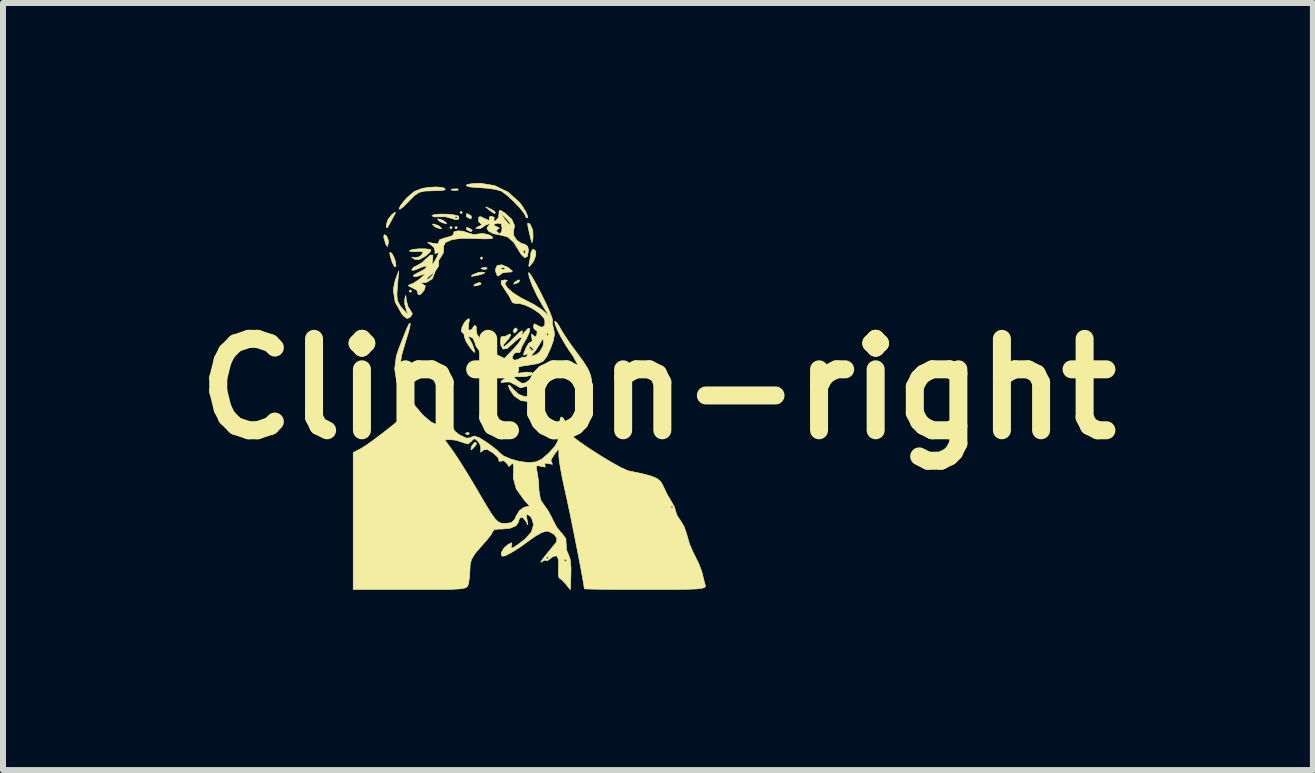
<source format=kicad_pcb>
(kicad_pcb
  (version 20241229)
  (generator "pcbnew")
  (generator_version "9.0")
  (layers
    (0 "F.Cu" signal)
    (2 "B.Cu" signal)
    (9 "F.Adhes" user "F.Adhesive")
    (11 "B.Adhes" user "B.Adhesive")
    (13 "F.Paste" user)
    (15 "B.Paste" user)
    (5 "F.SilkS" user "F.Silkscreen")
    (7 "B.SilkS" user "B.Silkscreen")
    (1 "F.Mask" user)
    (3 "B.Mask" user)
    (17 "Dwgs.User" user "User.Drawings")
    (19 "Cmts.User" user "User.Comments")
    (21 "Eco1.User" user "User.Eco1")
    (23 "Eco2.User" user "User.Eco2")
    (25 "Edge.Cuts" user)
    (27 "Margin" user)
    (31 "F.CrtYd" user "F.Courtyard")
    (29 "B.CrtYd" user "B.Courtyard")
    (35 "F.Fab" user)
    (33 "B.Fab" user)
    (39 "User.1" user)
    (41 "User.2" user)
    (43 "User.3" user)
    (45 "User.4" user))
  (footprint "Clinton-right"
    (layer "F.Cu")
    (at 7.918 3.433)
    (property "Reference" "Clinton-right" (at 0 0 0) (layer "F.SilkS") (effects (font (size 1.524 1.524) (thickness 0.3))))
    (attr through_hole)
    (fp_poly (pts (xy -4.106 -1.63) (xy -4.128 -1.609) (xy -4.149 -1.63) (xy -4.128 -1.651) (xy -4.106 -1.63)) (stroke (width 0.01) (type solid)) (fill yes) (layer "F.SilkS"))
    (fp_poly (pts (xy -3.429 -2.688) (xy -3.45 -2.667) (xy -3.471 -2.688) (xy -3.45 -2.709) (xy -3.429 -2.688)) (stroke (width 0.01) (type solid)) (fill yes) (layer "F.SilkS"))
    (fp_poly (pts (xy -3.344 -2.688) (xy -3.365 -2.667) (xy -3.387 -2.688) (xy -3.365 -2.709) (xy -3.344 -2.688)) (stroke (width 0.01) (type solid)) (fill yes) (layer "F.SilkS"))
    (fp_poly (pts (xy -3.26 -2.942) (xy -3.281 -2.921) (xy -3.302 -2.942) (xy -3.281 -2.963) (xy -3.26 -2.942)) (stroke (width 0.01) (type solid)) (fill yes) (layer "F.SilkS"))
    (fp_poly (pts (xy -2.921 -2.18) (xy -2.942 -2.159) (xy -2.963 -2.18) (xy -2.942 -2.201) (xy -2.921 -2.18)) (stroke (width 0.01) (type solid)) (fill yes) (layer "F.SilkS"))
    (fp_poly (pts (xy -3.334 -3.33) (xy -3.328 -3.315) (xy -3.387 -3.309) (xy -3.447 -3.315) (xy -3.44 -3.33) (xy -3.353 -3.336) (xy -3.334 -3.33)) (stroke (width 0.01) (type solid)) (fill yes) (layer "F.SilkS"))
    (fp_poly (pts (xy -3.147 0.734) (xy -3.153 0.759) (xy -3.175 0.762) (xy -3.21 0.747) (xy -3.203 0.734) (xy -3.153 0.729) (xy -3.147 0.734)) (stroke (width 0.01) (type solid)) (fill yes) (layer "F.SilkS"))
    (fp_poly (pts (xy -2.848 -2.015) (xy -2.86 -1.996) (xy -2.903 -1.993) (xy -2.949 -2.003) (xy -2.929 -2.019) (xy -2.863 -2.024) (xy -2.848 -2.015)) (stroke (width 0.01) (type solid)) (fill yes) (layer "F.SilkS"))
    (fp_poly (pts (xy -3.156 -2.683) (xy -3.096 -2.649) (xy -3.106 -2.627) (xy -3.13 -2.625) (xy -3.188 -2.655) (xy -3.196 -2.667) (xy -3.189 -2.691) (xy -3.156 -2.683)) (stroke (width 0.01) (type solid)) (fill yes) (layer "F.SilkS"))
    (fp_poly (pts (xy -2.958 -1.769) (xy -2.948 -1.747) (xy -3.002 -1.724) (xy -3.068 -1.715) (xy -3.06 -1.741) (xy -3.058 -1.743) (xy -2.985 -1.773) (xy -2.958 -1.769)) (stroke (width 0.01) (type solid)) (fill yes) (layer "F.SilkS"))
    (fp_poly (pts (xy -2.306 -1.812) (xy -2.319 -1.781) (xy -2.358 -1.76) (xy -2.408 -1.747) (xy -2.387 -1.778) (xy -2.382 -1.783) (xy -2.326 -1.817) (xy -2.306 -1.812)) (stroke (width 0.01) (type solid)) (fill yes) (layer "F.SilkS"))
    (fp_poly (pts (xy -4.526 -2.553) (xy -4.494 -2.476) (xy -4.495 -2.428) (xy -4.51 -2.373) (xy -4.529 -2.397) (xy -4.542 -2.427) (xy -4.571 -2.526) (xy -4.565 -2.572) (xy -4.526 -2.553)) (stroke (width 0.01) (type solid)) (fill yes) (layer "F.SilkS"))
    (fp_poly (pts (xy -3.677 -2.729) (xy -3.641 -2.709) (xy -3.607 -2.676) (xy -3.619 -2.668) (xy -3.689 -2.689) (xy -3.725 -2.709) (xy -3.759 -2.743) (xy -3.747 -2.75) (xy -3.677 -2.729)) (stroke (width 0.01) (type solid)) (fill yes) (layer "F.SilkS"))
    (fp_poly (pts (xy -3.592 -2.814) (xy -3.556 -2.794) (xy -3.522 -2.76) (xy -3.535 -2.753) (xy -3.604 -2.774) (xy -3.641 -2.794) (xy -3.675 -2.828) (xy -3.662 -2.835) (xy -3.592 -2.814)) (stroke (width 0.01) (type solid)) (fill yes) (layer "F.SilkS"))
    (fp_poly (pts (xy -3.12 -2.89) (xy -3.111 -2.879) (xy -3.113 -2.84) (xy -3.128 -2.836) (xy -3.188 -2.867) (xy -3.196 -2.879) (xy -3.194 -2.918) (xy -3.18 -2.921) (xy -3.12 -2.89)) (stroke (width 0.01) (type solid)) (fill yes) (layer "F.SilkS"))
    (fp_poly (pts (xy -3.024 0.914) (xy -3.048 0.953) (xy -3.098 1.005) (xy -3.115 1.016) (xy -3.116 0.984) (xy -3.106 0.953) (xy -3.061 0.896) (xy -3.038 0.889) (xy -3.024 0.914)) (stroke (width 0.01) (type solid)) (fill yes) (layer "F.SilkS"))
    (fp_poly (pts (xy -2.857 -3.031) (xy -2.805 -3.007) (xy -2.732 -2.965) (xy -2.709 -2.941) (xy -2.723 -2.923) (xy -2.773 -2.953) (xy -2.818 -2.987) (xy -2.872 -3.032) (xy -2.857 -3.031)) (stroke (width 0.01) (type solid)) (fill yes) (layer "F.SilkS"))
    (fp_poly (pts (xy -2.343 -0.99) (xy -2.349 -0.974) (xy -2.388 -0.933) (xy -2.394 -0.931) (xy -2.413 -0.964) (xy -2.413 -0.974) (xy -2.38 -1.014) (xy -2.368 -1.016) (xy -2.343 -0.99)) (stroke (width 0.01) (type solid)) (fill yes) (layer "F.SilkS"))
    (fp_poly (pts (xy -2.885 -1.941) (xy -2.904 -1.922) (xy -2.999 -1.895) (xy -3.027 -1.889) (xy -3.105 -1.876) (xy -3.107 -1.89) (xy -3.09 -1.903) (xy -2.993 -1.941) (xy -2.946 -1.947) (xy -2.885 -1.941)) (stroke (width 0.01) (type solid)) (fill yes) (layer "F.SilkS"))
    (fp_poly (pts (xy -4.375 -2.935) (xy -4.377 -2.931) (xy -4.418 -2.857) (xy -4.468 -2.762) (xy -4.51 -2.69) (xy -4.527 -2.689) (xy -4.529 -2.735) (xy -4.499 -2.827) (xy -4.438 -2.904) (xy -4.383 -2.945) (xy -4.375 -2.935)) (stroke (width 0.01) (type solid)) (fill yes) (layer "F.SilkS"))
    (fp_poly (pts (xy -2.148 -2.758) (xy -2.13 -2.741) (xy -2.087 -2.648) (xy -2.082 -2.535) (xy -2.091 -2.455) (xy -2.101 -2.44) (xy -2.119 -2.497) (xy -2.143 -2.597) (xy -2.169 -2.715) (xy -2.171 -2.764) (xy -2.148 -2.758)) (stroke (width 0.01) (type solid)) (fill yes) (layer "F.SilkS"))
    (fp_poly (pts (xy -4.439 -2.263) (xy -4.403 -2.199) (xy -4.374 -2.117) (xy -4.368 -2.048) (xy -4.368 -2.047) (xy -4.389 -2.034) (xy -4.424 -2.095) (xy -4.434 -2.12) (xy -4.464 -2.217) (xy -4.471 -2.273) (xy -4.469 -2.276) (xy -4.439 -2.263)) (stroke (width 0.01) (type solid)) (fill yes) (layer "F.SilkS"))
    (fp_poly (pts (xy -2.037 -2.296) (xy -2.038 -2.22) (xy -2.074 -2.128) (xy -2.099 -2.093) (xy -2.146 -2.039) (xy -2.154 -2.057) (xy -2.142 -2.117) (xy -2.123 -2.219) (xy -2.117 -2.275) (xy -2.09 -2.325) (xy -2.074 -2.328) (xy -2.037 -2.296)) (stroke (width 0.01) (type solid)) (fill yes) (layer "F.SilkS"))
    (fp_poly (pts (xy -3.589 -3.356) (xy -3.556 -3.344) (xy -3.545 -3.32) (xy -3.608 -3.307) (xy -3.742 -3.303) (xy -3.887 -3.298) (xy -3.982 -3.276) (xy -4.062 -3.221) (xy -4.155 -3.126) (xy -4.242 -3.039) (xy -4.301 -2.995) (xy -4.318 -2.999) (xy -4.291 -3.056) (xy -4.221 -3.146) (xy -4.18 -3.191) (xy -4.062 -3.291) (xy -3.928 -3.343) (xy -3.831 -3.359) (xy -3.696 -3.367) (xy -3.589 -3.356)) (stroke (width 0.01) (type solid)) (fill yes) (layer "F.SilkS"))
    (fp_poly (pts (xy -3.523 -2.913) (xy -3.412 -2.903) (xy -3.336 -2.886) (xy -3.321 -2.875) (xy -3.32 -2.831) (xy -3.373 -2.82) (xy -3.444 -2.844) (xy -3.495 -2.857) (xy -3.387 -2.857) (xy -3.365 -2.836) (xy -3.344 -2.857) (xy -3.365 -2.879) (xy -3.387 -2.857) (xy -3.495 -2.857) (xy -3.543 -2.87) (xy -3.644 -2.869) (xy -3.731 -2.867) (xy -3.768 -2.887) (xy -3.768 -2.887) (xy -3.731 -2.906) (xy -3.639 -2.914) (xy -3.523 -2.913)) (stroke (width 0.01) (type solid)) (fill yes) (layer "F.SilkS"))
    (fp_poly (pts (xy -3.871 -2.335) (xy -3.795 -2.323) (xy -3.784 -2.316) (xy -3.8 -2.281) (xy -3.867 -2.221) (xy -3.884 -2.209) (xy -3.986 -2.153) (xy -4.058 -2.16) (xy -4.066 -2.166) (xy -4.105 -2.197) (xy -4.072 -2.192) (xy -4.064 -2.189) (xy -3.984 -2.2) (xy -3.946 -2.228) (xy -3.915 -2.272) (xy -3.941 -2.291) (xy -4.036 -2.289) (xy -4.064 -2.287) (xy -4.132 -2.29) (xy -4.141 -2.307) (xy -4.083 -2.326) (xy -3.98 -2.336) (xy -3.871 -2.335)) (stroke (width 0.01) (type solid)) (fill yes) (layer "F.SilkS"))
    (fp_poly (pts (xy -2.5 -2.025) (xy -2.479 -2.009) (xy -2.426 -1.964) (xy -2.444 -1.949) (xy -2.507 -1.947) (xy -2.595 -1.932) (xy -2.633 -1.902) (xy -2.667 -1.88) (xy -2.678 -1.888) (xy -2.705 -1.953) (xy -2.709 -1.997) (xy -2.699 -2.018) (xy -2.611 -2.018) (xy -2.605 -1.993) (xy -2.582 -1.99) (xy -2.547 -2.005) (xy -2.554 -2.018) (xy -2.604 -2.023) (xy -2.611 -2.018) (xy -2.699 -2.018) (xy -2.679 -2.059) (xy -2.603 -2.069) (xy -2.5 -2.025)) (stroke (width 0.01) (type solid)) (fill yes) (layer "F.SilkS"))
    (fp_poly (pts (xy -2.722 -3.389) (xy -2.497 -3.279) (xy -2.309 -3.11) (xy -2.268 -3.056) (xy -2.202 -2.951) (xy -2.171 -2.874) (xy -2.173 -2.851) (xy -2.199 -2.854) (xy -2.201 -2.868) (xy -2.231 -2.927) (xy -2.305 -3.02) (xy -2.404 -3.125) (xy -2.509 -3.222) (xy -2.598 -3.289) (xy -2.613 -3.298) (xy -2.705 -3.325) (xy -2.847 -3.345) (xy -2.982 -3.355) (xy -3.13 -3.366) (xy -3.196 -3.386) (xy -3.183 -3.407) (xy -3.092 -3.423) (xy -2.959 -3.428) (xy -2.722 -3.389)) (stroke (width 0.01) (type solid)) (fill yes) (layer "F.SilkS"))
    (fp_poly (pts (xy -4.343 -1.714) (xy -4.352 -1.566) (xy -4.341 -1.47) (xy -4.303 -1.394) (xy -4.255 -1.333) (xy -4.19 -1.263) (xy -4.172 -1.257) (xy -4.191 -1.304) (xy -4.222 -1.417) (xy -4.221 -1.494) (xy -4.207 -1.556) (xy -4.2 -1.537) (xy -4.197 -1.485) (xy -4.168 -1.375) (xy -4.131 -1.316) (xy -4.094 -1.254) (xy -4.123 -1.202) (xy -4.129 -1.197) (xy -4.179 -1.173) (xy -4.235 -1.21) (xy -4.273 -1.254) (xy -4.382 -1.451) (xy -4.413 -1.655) (xy -4.38 -1.812) (xy -4.321 -1.968) (xy -4.343 -1.714)) (stroke (width 0.01) (type solid)) (fill yes) (layer "F.SilkS"))
    (fp_poly (pts (xy -2.18 -0.28) (xy -2.101 -0.271) (xy -2.063 -0.234) (xy -2.048 -0.148) (xy -2.045 -0.086) (xy -2.049 0.041) (xy -2.071 0.137) (xy -2.082 0.157) (xy -2.172 0.208) (xy -2.284 0.195) (xy -2.391 0.122) (xy -2.41 0.1) (xy -2.47 0.01) (xy -2.496 -0.056) (xy -2.496 -0.059) (xy -2.474 -0.061) (xy -2.422 -0.007) (xy -2.408 0.011) (xy -2.32 0.091) (xy -2.224 0.127) (xy -2.142 0.12) (xy -2.093 0.071) (xy -2.1 -0.017) (xy -2.136 -0.06) (xy -2.206 -0.04) (xy -2.209 -0.038) (xy -2.293 -0.018) (xy -2.373 -0.065) (xy -2.471 -0.115) (xy -2.539 -0.115) (xy -2.612 -0.105) (xy -2.617 -0.126) (xy -2.562 -0.168) (xy -2.521 -0.189) (xy -2.4 -0.189) (xy -2.352 -0.148) (xy -2.274 -0.096) (xy -2.216 -0.098) (xy -2.148 -0.144) (xy -2.091 -0.199) (xy -2.076 -0.238) (xy -2.106 -0.238) (xy -2.126 -0.227) (xy -2.203 -0.206) (xy -2.306 -0.203) (xy -2.391 -0.205) (xy -2.4 -0.189) (xy -2.521 -0.189) (xy -2.465 -0.217) (xy -2.328 -0.261) (xy -2.197 -0.28) (xy -2.18 -0.28)) (stroke (width 0.01) (type solid)) (fill yes) (layer "F.SilkS"))
    (fp_poly (pts (xy -2.554 -2.933) (xy -2.439 -2.83) (xy -2.39 -2.722) (xy -2.406 -2.64) (xy -2.408 -2.562) (xy -2.355 -2.48) (xy -2.273 -2.423) (xy -2.223 -2.413) (xy -2.171 -2.376) (xy -2.159 -2.31) (xy -2.176 -2.209) (xy -2.22 -2.186) (xy -2.28 -2.241) (xy -2.307 -2.286) (xy -2.244 -2.286) (xy -2.228 -2.251) (xy -2.215 -2.258) (xy -2.21 -2.308) (xy -2.215 -2.314) (xy -2.241 -2.308) (xy -2.244 -2.286) (xy -2.307 -2.286) (xy -2.311 -2.293) (xy -2.409 -2.45) (xy -2.511 -2.536) (xy -2.632 -2.566) (xy -2.744 -2.588) (xy -2.824 -2.63) (xy -2.853 -2.68) (xy -2.828 -2.716) (xy -2.803 -2.74) (xy -2.744 -2.74) (xy -2.724 -2.72) (xy -2.686 -2.705) (xy -2.643 -2.679) (xy -2.659 -2.67) (xy -2.694 -2.644) (xy -2.688 -2.625) (xy -2.64 -2.583) (xy -2.607 -2.618) (xy -2.599 -2.682) (xy -2.614 -2.754) (xy -2.671 -2.763) (xy -2.684 -2.76) (xy -2.744 -2.74) (xy -2.803 -2.74) (xy -2.798 -2.745) (xy -2.823 -2.751) (xy -2.891 -2.721) (xy -2.9 -2.709) (xy -2.96 -2.674) (xy -2.998 -2.67) (xy -3.039 -2.678) (xy -3.004 -2.701) (xy -2.985 -2.709) (xy -2.936 -2.738) (xy -2.946 -2.749) (xy -2.986 -2.786) (xy -2.992 -2.815) (xy -2.985 -2.867) (xy -2.949 -2.87) (xy -2.871 -2.832) (xy -2.811 -2.807) (xy -2.812 -2.831) (xy -2.813 -2.832) (xy -2.806 -2.872) (xy -2.773 -2.879) (xy -2.728 -2.857) (xy -2.734 -2.831) (xy -2.734 -2.799) (xy -2.705 -2.803) (xy -2.659 -2.856) (xy -2.651 -2.911) (xy -2.649 -2.942) (xy -2.637 -2.942) (xy -2.557 -2.83) (xy -2.497 -2.759) (xy -2.459 -2.735) (xy -2.458 -2.736) (xy -2.472 -2.774) (xy -2.531 -2.841) (xy -2.538 -2.848) (xy -2.637 -2.942) (xy -2.649 -2.942) (xy -2.648 -2.97) (xy -2.617 -2.972) (xy -2.554 -2.933)) (stroke (width 0.01) (type solid)) (fill yes) (layer "F.SilkS"))
    (fp_poly (pts (xy -3.249 -2.629) (xy -3.172 -2.602) (xy -3.07 -2.572) (xy -3.006 -2.581) (xy -2.931 -2.592) (xy -2.839 -2.576) (xy -2.768 -2.542) (xy -2.752 -2.515) (xy -2.79 -2.504) (xy -2.892 -2.501) (xy -3.037 -2.507) (xy -3.059 -2.508) (xy -3.273 -2.511) (xy -3.437 -2.488) (xy -3.542 -2.441) (xy -3.576 -2.374) (xy -3.571 -2.348) (xy -3.577 -2.269) (xy -3.614 -2.207) (xy -3.657 -2.139) (xy -3.656 -2.104) (xy -3.655 -2.053) (xy -3.673 -2.022) (xy -3.713 -1.964) (xy -3.719 -1.947) (xy -3.76 -1.837) (xy -3.856 -1.777) (xy -3.889 -1.773) (xy -3.951 -1.765) (xy -3.932 -1.75) (xy -3.927 -1.749) (xy -3.877 -1.718) (xy -3.893 -1.654) (xy -3.896 -1.648) (xy -3.949 -1.582) (xy -3.983 -1.566) (xy -4.008 -1.592) (xy -4.003 -1.605) (xy -4.02 -1.645) (xy -4.095 -1.686) (xy -4.095 -1.686) (xy -4.158 -1.716) (xy -4.153 -1.732) (xy -4.149 -1.733) (xy -4.077 -1.761) (xy -3.98 -1.826) (xy -3.968 -1.836) (xy -3.852 -1.836) (xy -3.832 -1.824) (xy -3.775 -1.878) (xy -3.762 -1.894) (xy -3.726 -1.945) (xy -3.748 -1.934) (xy -3.778 -1.91) (xy -3.837 -1.858) (xy -3.852 -1.836) (xy -3.968 -1.836) (xy -3.958 -1.844) (xy -3.888 -1.907) (xy -3.884 -1.923) (xy -3.929 -1.904) (xy -4.021 -1.874) (xy -4.074 -1.873) (xy -4.072 -1.897) (xy -4.007 -1.935) (xy -3.987 -1.944) (xy -3.896 -1.992) (xy -3.853 -2.034) (xy -3.852 -2.038) (xy -3.885 -2.047) (xy -3.964 -2.019) (xy -3.979 -2.011) (xy -4.064 -1.978) (xy -4.105 -1.981) (xy -4.106 -1.986) (xy -4.072 -2.03) (xy -4.027 -2.051) (xy -3.938 -2.102) (xy -3.873 -2.16) (xy -3.794 -2.231) (xy -3.753 -2.231) (xy -3.754 -2.159) (xy -3.757 -2.148) (xy -3.767 -2.081) (xy -3.745 -2.091) (xy -3.694 -2.178) (xy -3.685 -2.196) (xy -3.654 -2.264) (xy -3.669 -2.272) (xy -3.684 -2.264) (xy -3.72 -2.259) (xy -3.716 -2.291) (xy -3.732 -2.355) (xy -3.784 -2.403) (xy -3.839 -2.438) (xy -3.823 -2.443) (xy -3.751 -2.428) (xy -3.666 -2.418) (xy -3.655 -2.445) (xy -3.657 -2.447) (xy -3.641 -2.486) (xy -3.552 -2.518) (xy -3.536 -2.521) (xy -3.444 -2.547) (xy -3.406 -2.576) (xy -3.408 -2.582) (xy -3.4 -2.619) (xy -3.338 -2.635) (xy -3.249 -2.629)) (stroke (width 0.01) (type solid)) (fill yes) (layer "F.SilkS"))
    (fp_poly (pts (xy -2.142 -1.93) (xy -2.094 -1.858) (xy -2.024 -1.734) (xy -1.948 -1.589) (xy -1.865 -1.419) (xy -1.801 -1.276) (xy -1.764 -1.178) (xy -1.758 -1.141) (xy -1.76 -1.081) (xy -1.739 -1.003) (xy -1.724 -0.913) (xy -1.747 -0.796) (xy -1.793 -0.671) (xy -1.854 -0.538) (xy -1.913 -0.462) (xy -1.999 -0.423) (xy -2.138 -0.399) (xy -2.154 -0.397) (xy -2.259 -0.381) (xy -2.321 -0.366) (xy -2.324 -0.364) (xy -2.384 -0.36) (xy -2.392 -0.362) (xy -2.459 -0.376) (xy -2.57 -0.397) (xy -2.594 -0.401) (xy -2.723 -0.445) (xy -2.855 -0.524) (xy -2.968 -0.621) (xy -3.037 -0.717) (xy -3.048 -0.762) (xy -3.082 -0.84) (xy -3.117 -0.864) (xy -3.163 -0.873) (xy -3.144 -0.837) (xy -3.098 -0.755) (xy -3.069 -0.677) (xy -3.052 -0.614) (xy -3.065 -0.61) (xy -3.116 -0.67) (xy -3.138 -0.697) (xy -3.2 -0.793) (xy -3.227 -0.867) (xy -3.226 -0.877) (xy -3.238 -0.927) (xy -3.254 -0.931) (xy -3.278 -0.961) (xy -3.266 -1.031) (xy -3.225 -1.109) (xy -3.189 -1.149) (xy -3.148 -1.173) (xy -3.145 -1.137) (xy -3.156 -1.087) (xy -3.163 -0.998) (xy -3.137 -0.974) (xy -3.093 -1.003) (xy -3.09 -1.016) (xy -3.059 -1.057) (xy -3.049 -1.058) (xy -3.024 -1.028) (xy -3.03 -1.003) (xy -3.021 -0.923) (xy -2.961 -0.816) (xy -2.868 -0.705) (xy -2.759 -0.612) (xy -2.708 -0.582) (xy -2.561 -0.508) (xy -2.407 -0.667) (xy -2.324 -0.762) (xy -2.277 -0.834) (xy -2.273 -0.858) (xy -2.31 -0.851) (xy -2.381 -0.794) (xy -2.415 -0.76) (xy -2.516 -0.673) (xy -2.585 -0.664) (xy -2.62 -0.731) (xy -2.625 -0.793) (xy -2.616 -0.864) (xy -2.597 -0.875) (xy -2.546 -0.874) (xy -2.512 -0.895) (xy -2.464 -0.917) (xy -2.455 -0.899) (xy -2.485 -0.84) (xy -2.519 -0.804) (xy -2.572 -0.739) (xy -2.582 -0.706) (xy -2.557 -0.709) (xy -2.49 -0.764) (xy -2.405 -0.849) (xy -2.315 -0.937) (xy -2.264 -0.972) (xy -2.257 -0.953) (xy -2.275 -0.894) (xy -2.259 -0.904) (xy -2.223 -0.949) (xy -2.163 -1.01) (xy -2.136 -1.005) (xy -2.143 -0.948) (xy -2.186 -0.852) (xy -2.207 -0.817) (xy -2.265 -0.713) (xy -2.294 -0.637) (xy -2.295 -0.621) (xy -2.31 -0.604) (xy -2.322 -0.61) (xy -2.378 -0.603) (xy -2.41 -0.575) (xy -2.432 -0.512) (xy -2.396 -0.478) (xy -2.329 -0.492) (xy -2.312 -0.504) (xy -2.253 -0.532) (xy -2.233 -0.526) (xy -2.195 -0.533) (xy -2.178 -0.554) (xy -2.178 -0.555) (xy -2.113 -0.555) (xy -2.088 -0.551) (xy -2.02 -0.578) (xy -1.972 -0.617) (xy -1.917 -0.712) (xy -1.907 -0.776) (xy -1.913 -0.828) (xy -1.934 -0.814) (xy -1.976 -0.741) (xy -2.036 -0.645) (xy -2.089 -0.584) (xy -2.091 -0.583) (xy -2.113 -0.555) (xy -2.178 -0.555) (xy -2.17 -0.586) (xy -2.195 -0.576) (xy -2.236 -0.56) (xy -2.236 -0.597) (xy -2.195 -0.695) (xy -2.187 -0.708) (xy -2.152 -0.708) (xy -2.142 -0.684) (xy -2.099 -0.638) (xy -2.075 -0.648) (xy -2.074 -0.654) (xy -2.104 -0.689) (xy -2.123 -0.703) (xy -2.152 -0.708) (xy -2.187 -0.708) (xy -2.15 -0.766) (xy -2.114 -0.782) (xy -2.097 -0.8) (xy -2.103 -0.857) (xy -2.11 -0.917) (xy -2.087 -0.9) (xy -2.084 -0.896) (xy -2.046 -0.864) (xy -2.018 -0.907) (xy -2.018 -0.91) (xy -1.863 -0.91) (xy -1.841 -0.889) (xy -1.82 -0.91) (xy -1.841 -0.931) (xy -1.863 -0.91) (xy -2.018 -0.91) (xy -2.015 -0.963) (xy -2.033 -0.974) (xy -2.069 -1.008) (xy -2.074 -1.042) (xy -2.064 -1.087) (xy -2.019 -1.065) (xy -2.009 -1.057) (xy -1.934 -1.026) (xy -1.887 -1.06) (xy -1.885 -1.138) (xy -1.902 -1.181) (xy -1.971 -1.257) (xy -2.081 -1.333) (xy -2.204 -1.394) (xy -2.311 -1.425) (xy -2.355 -1.422) (xy -2.419 -1.435) (xy -2.443 -1.472) (xy -2.488 -1.559) (xy -2.547 -1.646) (xy -2.613 -1.749) (xy -2.613 -1.804) (xy -2.551 -1.817) (xy -2.509 -1.807) (xy -2.533 -1.791) (xy -2.552 -1.752) (xy -2.511 -1.686) (xy -2.422 -1.606) (xy -2.299 -1.526) (xy -2.203 -1.477) (xy -2.065 -1.406) (xy -1.944 -1.327) (xy -1.91 -1.3) (xy -1.809 -1.206) (xy -1.918 -1.381) (xy -2.015 -1.553) (xy -2.094 -1.721) (xy -2.146 -1.862) (xy -2.159 -1.938) (xy -2.142 -1.93)) (stroke (width 0.01) (type solid)) (fill yes) (layer "F.SilkS"))
    (fp_poly (pts (xy -1.69 -1.11) (xy -1.641 -1.036) (xy -1.627 -1.009) (xy -1.562 -0.901) (xy -1.467 -0.759) (xy -1.376 -0.635) (xy -1.25 -0.465) (xy -1.169 -0.338) (xy -1.124 -0.233) (xy -1.104 -0.127) (xy -1.101 -0.022) (xy -1.125 0.171) (xy -1.191 0.347) (xy -1.286 0.476) (xy -1.308 0.494) (xy -1.431 0.585) (xy -1.498 0.641) (xy -1.519 0.678) (xy -1.505 0.712) (xy -1.482 0.74) (xy -1.409 0.806) (xy -1.282 0.9) (xy -1.121 1.009) (xy -0.945 1.121) (xy -0.772 1.225) (xy -0.622 1.308) (xy -0.514 1.358) (xy -0.485 1.367) (xy -0.266 1.412) (xy -0.115 1.452) (xy -0.016 1.493) (xy 0.044 1.543) (xy 0.083 1.609) (xy 0.088 1.622) (xy 0.152 1.756) (xy 0.219 1.869) (xy 0.274 1.967) (xy 0.296 2.043) (xy 0.322 2.118) (xy 0.377 2.196) (xy 0.439 2.302) (xy 0.483 2.434) (xy 0.486 2.446) (xy 0.526 2.586) (xy 0.592 2.737) (xy 0.611 2.773) (xy 0.678 2.908) (xy 0.728 3.038) (xy 0.737 3.069) (xy 0.765 3.186) (xy 0.788 3.27) (xy 0.79 3.293) (xy 0.774 3.311) (xy 0.73 3.324) (xy 0.649 3.334) (xy 0.521 3.339) (xy 0.337 3.343) (xy 0.086 3.344) (xy -0.209 3.344) (xy -0.492 3.344) (xy -0.746 3.342) (xy -0.957 3.34) (xy -1.115 3.337) (xy -1.208 3.334) (xy -1.228 3.332) (xy -1.236 3.271) (xy -1.258 3.143) (xy -1.291 2.964) (xy -1.332 2.751) (xy -1.378 2.518) (xy -1.425 2.283) (xy -1.47 2.061) (xy -1.49 1.968) (xy 0.212 1.968) (xy 0.233 1.99) (xy 0.254 1.968) (xy 0.233 1.947) (xy 0.212 1.968) (xy -1.49 1.968) (xy -1.511 1.868) (xy -1.544 1.72) (xy -1.544 1.72) (xy -1.588 1.519) (xy -1.623 1.336) (xy -1.646 1.193) (xy -1.652 1.127) (xy -1.653 0.995) (xy -1.734 1.1) (xy -1.784 1.185) (xy -1.772 1.235) (xy -1.764 1.24) (xy -1.759 1.257) (xy -1.815 1.247) (xy -1.884 1.236) (xy -1.886 1.266) (xy -1.884 1.27) (xy -1.88 1.303) (xy -1.943 1.293) (xy -1.948 1.291) (xy -2.011 1.277) (xy -2.029 1.305) (xy -2.013 1.394) (xy -2.011 1.403) (xy -1.989 1.552) (xy -1.984 1.69) (xy -1.957 1.847) (xy -1.908 1.923) (xy -1.837 2.021) (xy -1.767 2.15) (xy -1.754 2.18) (xy -1.691 2.3) (xy -1.619 2.391) (xy -1.601 2.406) (xy -1.535 2.499) (xy -1.531 2.581) (xy -1.523 2.691) (xy -1.492 2.76) (xy -1.463 2.841) (xy -1.45 2.982) (xy -1.451 3.085) (xy -1.46 3.348) (xy -1.539 3.251) (xy -1.604 3.182) (xy -1.645 3.154) (xy -1.659 3.117) (xy -1.66 3.025) (xy -1.658 2.997) (xy -1.657 2.857) (xy -1.566 2.857) (xy -1.545 2.879) (xy -1.524 2.857) (xy -1.545 2.836) (xy -1.566 2.857) (xy -1.657 2.857) (xy -1.657 2.85) (xy -1.687 2.782) (xy -1.748 2.792) (xy -1.782 2.819) (xy -1.841 2.862) (xy -1.863 2.859) (xy -1.89 2.855) (xy -1.937 2.884) (xy -1.955 2.888) (xy -1.924 2.839) (xy -1.905 2.815) (xy -1.863 2.815) (xy -1.841 2.836) (xy -1.82 2.815) (xy -1.841 2.794) (xy -1.863 2.815) (xy -1.905 2.815) (xy -1.872 2.773) (xy -1.784 2.665) (xy -1.715 2.58) (xy -1.692 2.553) (xy -1.685 2.488) (xy -1.734 2.422) (xy -1.818 2.377) (xy -1.862 2.371) (xy -1.939 2.395) (xy -2.05 2.458) (xy -2.124 2.51) (xy -2.297 2.636) (xy -2.443 2.728) (xy -2.549 2.782) (xy -2.602 2.788) (xy -2.603 2.787) (xy -2.611 2.728) (xy -2.565 2.65) (xy -2.498 2.593) (xy -2.44 2.563) (xy -2.435 2.588) (xy -2.443 2.611) (xy -2.45 2.652) (xy -2.419 2.649) (xy -2.34 2.599) (xy -2.212 2.5) (xy -2.11 2.385) (xy -2.073 2.262) (xy -2.106 2.152) (xy -2.14 2.114) (xy -2.184 2.086) (xy -2.193 2.118) (xy -2.182 2.183) (xy -2.168 2.262) (xy -2.175 2.263) (xy -2.2 2.209) (xy -2.253 2.145) (xy -2.305 2.15) (xy -2.328 2.221) (xy -2.328 2.222) (xy -2.366 2.281) (xy -2.465 2.322) (xy -2.601 2.336) (xy -2.635 2.335) (xy -2.719 2.343) (xy -2.752 2.372) (xy -2.779 2.424) (xy -2.849 2.516) (xy -2.942 2.62) (xy -3.051 2.746) (xy -3.11 2.845) (xy -3.132 2.943) (xy -3.133 2.989) (xy -3.14 3.124) (xy -3.157 3.238) (xy -3.159 3.249) (xy -3.169 3.28) (xy -3.188 3.303) (xy -3.225 3.32) (xy -3.292 3.332) (xy -3.399 3.339) (xy -3.557 3.343) (xy -3.777 3.344) (xy -4.069 3.344) (xy -4.132 3.344) (xy -5.08 3.344) (xy -5.08 1.061) (xy -4.948 0.992) (xy -4.868 0.942) (xy -4.747 0.856) (xy -4.735 0.847) (xy -3.555 0.847) (xy -3.418 1.035) (xy -3.345 1.144) (xy -3.242 1.305) (xy -3.123 1.499) (xy -3.001 1.705) (xy -2.985 1.733) (xy -2.866 1.936) (xy -2.779 2.076) (xy -2.715 2.166) (xy -2.663 2.216) (xy -2.615 2.238) (xy -2.559 2.243) (xy -2.548 2.243) (xy -2.444 2.23) (xy -2.387 2.173) (xy -2.366 2.121) (xy -2.307 2.025) (xy -2.232 1.974) (xy -2.141 1.951) (xy -2.229 1.854) (xy -2.363 1.665) (xy -2.412 1.485) (xy -2.411 1.447) (xy -2.406 1.305) (xy -2.416 1.242) (xy -2.441 1.25) (xy -2.45 1.263) (xy -2.485 1.294) (xy -2.513 1.248) (xy -2.566 1.198) (xy -2.606 1.202) (xy -2.651 1.207) (xy -2.65 1.192) (xy -2.665 1.146) (xy -2.732 1.08) (xy -2.748 1.068) (xy -2.84 1.012) (xy -2.9 1.014) (xy -2.921 1.029) (xy -2.959 1.056) (xy -2.953 1.016) (xy -2.962 0.937) (xy -2.996 0.879) (xy -3.05 0.829) (xy -3.089 0.846) (xy -3.11 0.874) (xy -3.166 0.918) (xy -3.242 0.898) (xy -3.25 0.894) (xy -3.364 0.856) (xy -3.447 0.847) (xy -3.555 0.847) (xy -4.735 0.847) (xy -4.605 0.749) (xy -4.458 0.634) (xy -4.325 0.526) (xy -4.225 0.44) (xy -4.174 0.388) (xy -4.173 0.387) (xy -4.179 0.334) (xy -4.216 0.231) (xy -4.257 0.137) (xy -4.355 -0.113) (xy -4.389 -0.335) (xy -4.361 -0.55) (xy -4.318 -0.677) (xy -4.26 -0.823) (xy -4.209 -0.952) (xy -4.186 -1.011) (xy -4.151 -1.08) (xy -4.129 -1.095) (xy -4.133 -1.05) (xy -4.159 -0.945) (xy -4.203 -0.801) (xy -4.215 -0.762) (xy -4.273 -0.561) (xy -4.298 -0.404) (xy -4.293 -0.259) (xy -4.291 -0.24) (xy -4.244 -0.063) (xy -4.158 0.119) (xy -4.043 0.292) (xy -3.913 0.441) (xy -3.78 0.553) (xy -3.656 0.611) (xy -3.571 0.61) (xy -3.52 0.598) (xy -3.542 0.623) (xy -3.556 0.634) (xy -3.587 0.667) (xy -3.55 0.672) (xy -3.502 0.665) (xy -3.425 0.658) (xy -3.406 0.669) (xy -3.389 0.702) (xy -3.319 0.758) (xy -3.298 0.771) (xy -3.195 0.82) (xy -3.127 0.815) (xy -3.11 0.803) (xy -3.057 0.786) (xy -2.977 0.814) (xy -2.862 0.886) (xy -2.751 0.967) (xy -2.67 1.033) (xy -2.645 1.06) (xy -2.574 1.117) (xy -2.448 1.171) (xy -2.298 1.211) (xy -2.154 1.228) (xy -2.149 1.228) (xy -2.033 1.216) (xy -1.936 1.17) (xy -1.825 1.073) (xy -1.815 1.063) (xy -1.718 0.957) (xy -1.669 0.867) (xy -1.652 0.756) (xy -1.651 0.682) (xy -1.644 0.56) (xy -1.624 0.481) (xy -1.609 0.466) (xy -1.568 0.498) (xy -1.566 0.508) (xy -1.547 0.546) (xy -1.484 0.524) (xy -1.382 0.448) (xy -1.267 0.302) (xy -1.214 0.112) (xy -1.227 -0.106) (xy -1.272 -0.259) (xy -1.341 -0.412) (xy -1.421 -0.555) (xy -1.457 -0.607) (xy -1.535 -0.724) (xy -1.612 -0.856) (xy -1.676 -0.982) (xy -1.716 -1.081) (xy -1.721 -1.13) (xy -1.721 -1.13) (xy -1.69 -1.11)) (stroke (width 0.01) (type solid)) (fill yes) (layer "F.SilkS")))
  (gr_rect
    (start -3 -3)
    (end 18.835 9.787)
    (stroke (width 0.1) (type default))
    (fill no)
    (layer "Edge.Cuts")))
</source>
